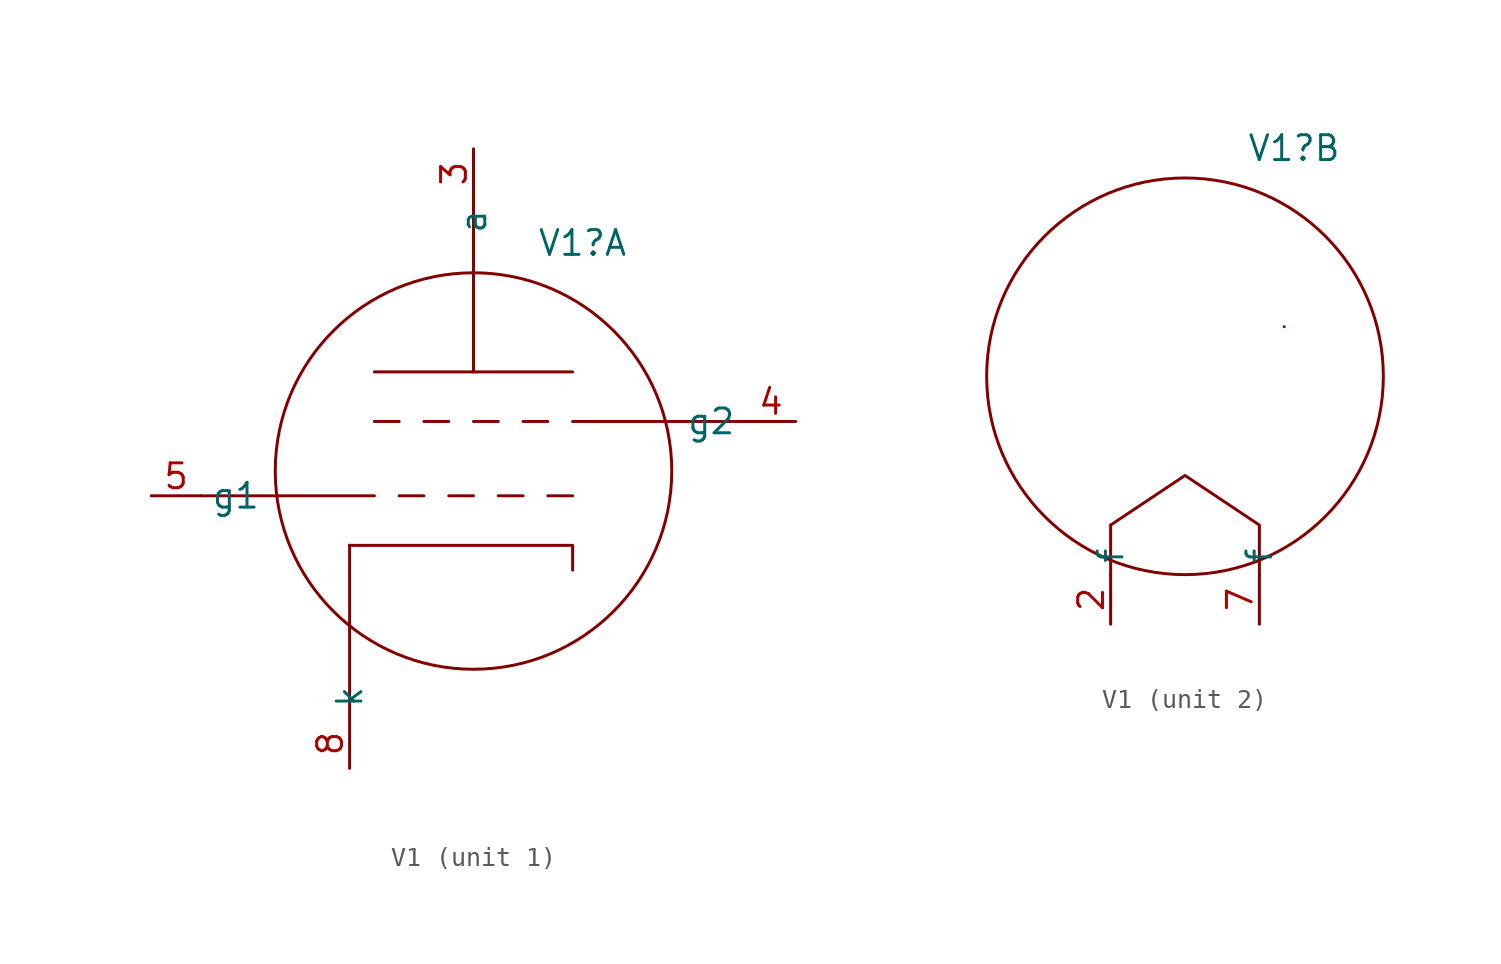
<source format=kicad_sym>
(kicad_symbol_lib
  (version 20241209)
  (generator "kicad_symbol_editor")
  (generator_version "9.0")
  (symbol "V1"
    (property "Reference" "V1"
      (at 5.588 11.684 0)
      (effects (font (size 1.27 1.27))))
    (property "Value" ""
      (at 0 0 0)
      (effects (font (size 1.27 1.27))))
    (property "ki_locked" ""
      (at 0 0 0)
      (effects (font (size 1.27 1.27))))
    (symbol "V1_1_1"
      (polyline (pts (xy -6.35 -3.81) (xy -6.35 -3.81)) (stroke (width 0) (type default)) (fill (type none)))
      (polyline (pts (xy -6.35 -3.81) (xy -6.35 -3.81)) (stroke (width 0) (type default)) (fill (type none)))
      (polyline (pts (xy -6.35 -3.81) (xy -6.35 -5.08)) (stroke (width 0) (type default)) (fill (type none)))
      (polyline (pts (xy -6.35 -5.08) (xy -6.35 -12.7)) (stroke (width 0) (type default)) (fill (type none)))
      (polyline (pts (xy -5.08 2.54) (xy -3.81 2.54)) (stroke (width 0) (type default)) (fill (type none)))
      (polyline (pts (xy -5.08 -1.27) (xy -13.97 -1.27)) (stroke (width 0) (type default)) (fill (type none)))
      (polyline (pts (xy -5.08 -3.81) (xy -6.35 -3.81)) (stroke (width 0) (type default)) (fill (type none)))
      (polyline (pts (xy -5.08 -3.81) (xy 5.08 -3.81) (xy 5.08 -5.08)) (stroke (width 0) (type default)) (fill (type none)))
      (polyline (pts (xy -2.54 2.54) (xy -1.27 2.54)) (stroke (width 0) (type default)) (fill (type none)))
      (polyline (pts (xy -2.54 -1.27) (xy -3.81 -1.27)) (stroke (width 0) (type default)) (fill (type none)))
      (polyline (pts (xy 0 5.08) (xy 0 13.97)) (stroke (width 0) (type default)) (fill (type none)))
      (polyline (pts (xy 0 2.54) (xy 1.27 2.54)) (stroke (width 0) (type default)) (fill (type none)))
      (circle (center 0 0) (radius 10.16) (stroke (width 0) (type default)) (fill (type none)))
      (polyline (pts (xy 0 -1.27) (xy -1.27 -1.27)) (stroke (width 0) (type default)) (fill (type none)))
      (polyline (pts (xy 2.54 2.54) (xy 3.81 2.54)) (stroke (width 0) (type default)) (fill (type none)))
      (polyline (pts (xy 2.54 -1.27) (xy 1.27 -1.27)) (stroke (width 0) (type default)) (fill (type none)))
      (polyline (pts (xy 5.08 5.08) (xy -5.08 5.08)) (stroke (width 0) (type default)) (fill (type none)))
      (polyline (pts (xy 5.08 2.54) (xy 13.97 2.54)) (stroke (width 0) (type default)) (fill (type none)))
      (polyline (pts (xy 5.08 -1.27) (xy 3.81 -1.27)) (stroke (width 0) (type default)) (fill (type none)))
      (pin input line (at -16.51 -1.27 0) (length 2.54) (name "g1" (effects (font (size 1.27 1.27)))) (number "5" (effects (font (size 1.27 1.27)))))
      (pin output line (at -6.35 -15.24 90) (length 2.54) (name "k" (effects (font (size 1.27 1.27)))) (number "8" (effects (font (size 1.27 1.27)))))
      (pin output line (at 0 16.51 270) (length 2.54) (name "a" (effects (font (size 1.27 1.27)))) (number "3" (effects (font (size 1.27 1.27)))))
      (pin input line (at 16.51 2.54 180) (length 2.54) (name "g2" (effects (font (size 1.27 1.27)))) (number "4" (effects (font (size 1.27 1.27))))))
    (symbol "V1_2_1"
      (polyline (pts (xy -3.81 -7.62) (xy -3.81 -10.16)) (stroke (width 0) (type default)) (fill (type none)))
      (polyline (pts (xy -3.81 -7.62) (xy 0 -5.08) (xy 3.81 -7.62) (xy 3.81 -10.16)) (stroke (width 0) (type default)) (fill (type none)))
      (circle (center 0 0) (radius 10.16) (stroke (width 0) (type default)) (fill (type none)))
      (polyline (pts (xy 5.08 2.54) (xy 5.08 2.54)) (stroke (width 0) (type default)) (fill (type none)))
      (pin power_in line (at -3.81 -12.7 90) (length 2.54) (name "f" (effects (font (size 1.27 1.27)))) (number "2" (effects (font (size 1.27 1.27)))))
      (pin power_in line (at 3.81 -12.7 90) (length 2.54) (name "f" (effects (font (size 1.27 1.27)))) (number "7" (effects (font (size 1.27 1.27))))))))
</source>
